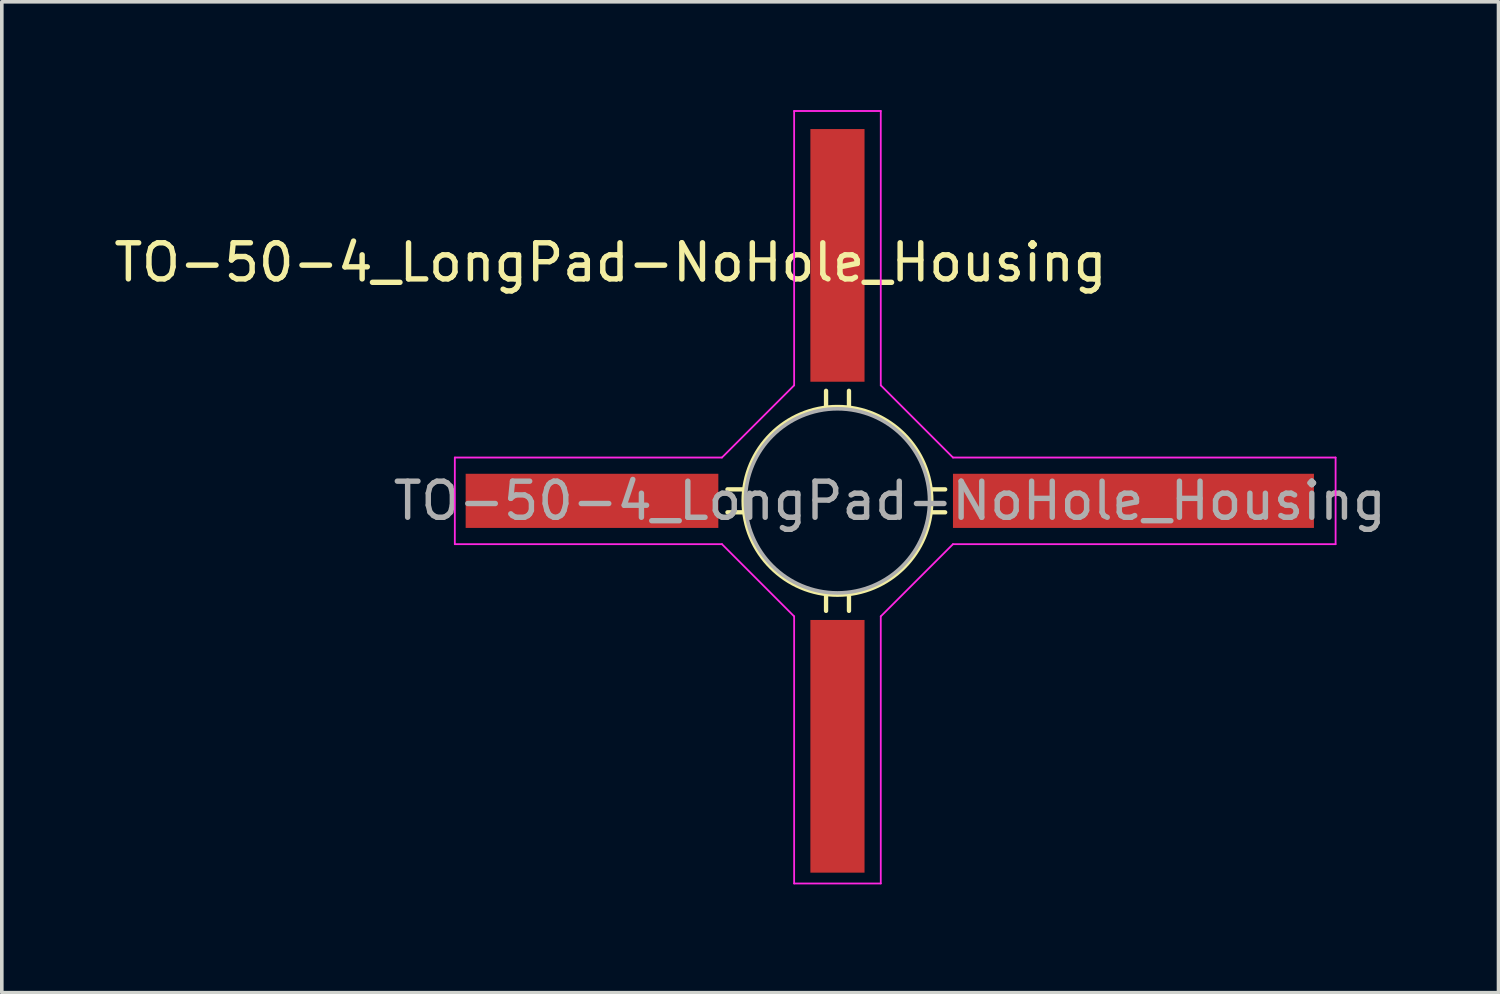
<source format=kicad_pcb>
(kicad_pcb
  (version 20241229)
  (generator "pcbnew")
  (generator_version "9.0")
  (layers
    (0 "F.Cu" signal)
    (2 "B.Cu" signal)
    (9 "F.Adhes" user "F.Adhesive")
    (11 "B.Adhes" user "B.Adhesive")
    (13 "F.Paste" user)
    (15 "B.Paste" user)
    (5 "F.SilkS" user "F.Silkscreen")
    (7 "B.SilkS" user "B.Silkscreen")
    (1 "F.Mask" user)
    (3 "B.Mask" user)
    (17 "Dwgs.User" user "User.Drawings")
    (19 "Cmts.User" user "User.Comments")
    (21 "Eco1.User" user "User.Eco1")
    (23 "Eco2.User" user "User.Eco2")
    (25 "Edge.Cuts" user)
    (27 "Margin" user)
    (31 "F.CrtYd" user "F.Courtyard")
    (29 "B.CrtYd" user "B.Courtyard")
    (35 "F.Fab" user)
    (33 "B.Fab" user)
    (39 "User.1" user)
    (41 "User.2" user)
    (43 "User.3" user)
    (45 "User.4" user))
  (footprint "TO-50-4_LongPad-NoHole_Housing"
    (layer "F.Cu")
    (at 20.85 10.825)
    (property "Reference" "TO-50-4_LongPad-NoHole_Housing" (at -6.987 -6.604 0) (layer "F.SilkS") (effects (font (size 1 1) (thickness 0.15))))
    (attr smd)
    (fp_line (start -3.302 -0.318) (end -3.747 -0.318) (stroke (width 0.12) (type solid)) (layer "F.SilkS"))
    (fp_line (start -3.302 0.318) (end -3.747 0.318) (stroke (width 0.12) (type solid)) (layer "F.SilkS"))
    (fp_line (start -1.016 -3.048) (end -1.016 -2.603) (stroke (width 0.12) (type solid)) (layer "F.SilkS"))
    (fp_line (start -1.016 2.603) (end -1.016 3.048) (stroke (width 0.12) (type solid)) (layer "F.SilkS"))
    (fp_line (start -0.381 -3.048) (end -0.381 -2.603) (stroke (width 0.12) (type solid)) (layer "F.SilkS"))
    (fp_line (start -0.381 2.603) (end -0.381 3.048) (stroke (width 0.12) (type solid)) (layer "F.SilkS"))
    (fp_line (start 1.903 -0.318) (end 2.284 -0.318) (stroke (width 0.12) (type solid)) (layer "F.SilkS"))
    (fp_line (start 1.903 0.318) (end 2.284 0.318) (stroke (width 0.12) (type solid)) (layer "F.SilkS"))
    (fp_circle (center -0.7 0) (end -0.7 -2.6) (stroke (width 0.12) (type solid)) (fill no) (layer "F.SilkS"))
    (fp_line (start -11.3 -1.2) (end -3.9 -1.2) (stroke (width 0.05) (type solid)) (layer "F.CrtYd"))
    (fp_line (start -11.3 1.2) (end -11.3 -1.2) (stroke (width 0.05) (type solid)) (layer "F.CrtYd"))
    (fp_line (start -3.9 -1.2) (end -1.9 -3.2) (stroke (width 0.05) (type solid)) (layer "F.CrtYd"))
    (fp_line (start -3.9 1.2) (end -11.3 1.2) (stroke (width 0.05) (type solid)) (layer "F.CrtYd"))
    (fp_line (start -1.9 -10.8) (end 0.5 -10.8) (stroke (width 0.05) (type solid)) (layer "F.CrtYd"))
    (fp_line (start -1.9 -3.2) (end -1.9 -10.8) (stroke (width 0.05) (type solid)) (layer "F.CrtYd"))
    (fp_line (start -1.9 3.2) (end -3.9 1.2) (stroke (width 0.05) (type solid)) (layer "F.CrtYd"))
    (fp_line (start -1.9 10.6) (end -1.9 3.2) (stroke (width 0.05) (type solid)) (layer "F.CrtYd"))
    (fp_line (start 0.5 -10.8) (end 0.5 -3.2) (stroke (width 0.05) (type solid)) (layer "F.CrtYd"))
    (fp_line (start 0.5 -3.2) (end 2.5 -1.2) (stroke (width 0.05) (type solid)) (layer "F.CrtYd"))
    (fp_line (start 0.5 3.2) (end 0.5 10.6) (stroke (width 0.05) (type solid)) (layer "F.CrtYd"))
    (fp_line (start 0.5 10.6) (end -1.9 10.6) (stroke (width 0.05) (type solid)) (layer "F.CrtYd"))
    (fp_line (start 2.5 -1.2) (end 13.1 -1.2) (stroke (width 0.05) (type solid)) (layer "F.CrtYd"))
    (fp_line (start 2.5 1.2) (end 0.5 3.2) (stroke (width 0.05) (type solid)) (layer "F.CrtYd"))
    (fp_line (start 13.1 -1.2) (end 13.1 1.2) (stroke (width 0.05) (type solid)) (layer "F.CrtYd"))
    (fp_line (start 13.1 1.2) (end 2.5 1.2) (stroke (width 0.05) (type solid)) (layer "F.CrtYd"))
    (fp_circle (center -0.7 0) (end -0.65 -2.55) (stroke (width 0.1) (type solid)) (fill no) (layer "F.Fab"))
    (fp_text user "${REFERENCE}" (at 0.75 0 0) (layer "F.Fab") (effects (font (size 1 1) (thickness 0.15))))
    (pad "1" smd rect (at -7.5 0 270) (size 1.5 7) (layers "F.Cu" "F.Mask" "F.Paste"))
    (pad "2" smd rect (at -0.7 6.8 270) (size 7 1.5) (layers "F.Cu" "F.Mask" "F.Paste"))
    (pad "3" smd rect (at 7.5 0 270) (size 1.5 10) (layers "F.Cu" "F.Mask" "F.Paste"))
    (pad "4" smd rect (at -0.7 -6.8 270) (size 7 1.5) (layers "F.Cu" "F.Mask" "F.Paste")))
  (gr_rect
    (start -3 -3)
    (end 38.463 24.45)
    (stroke (width 0.1) (type default))
    (fill no)
    (layer "Edge.Cuts")))
</source>
